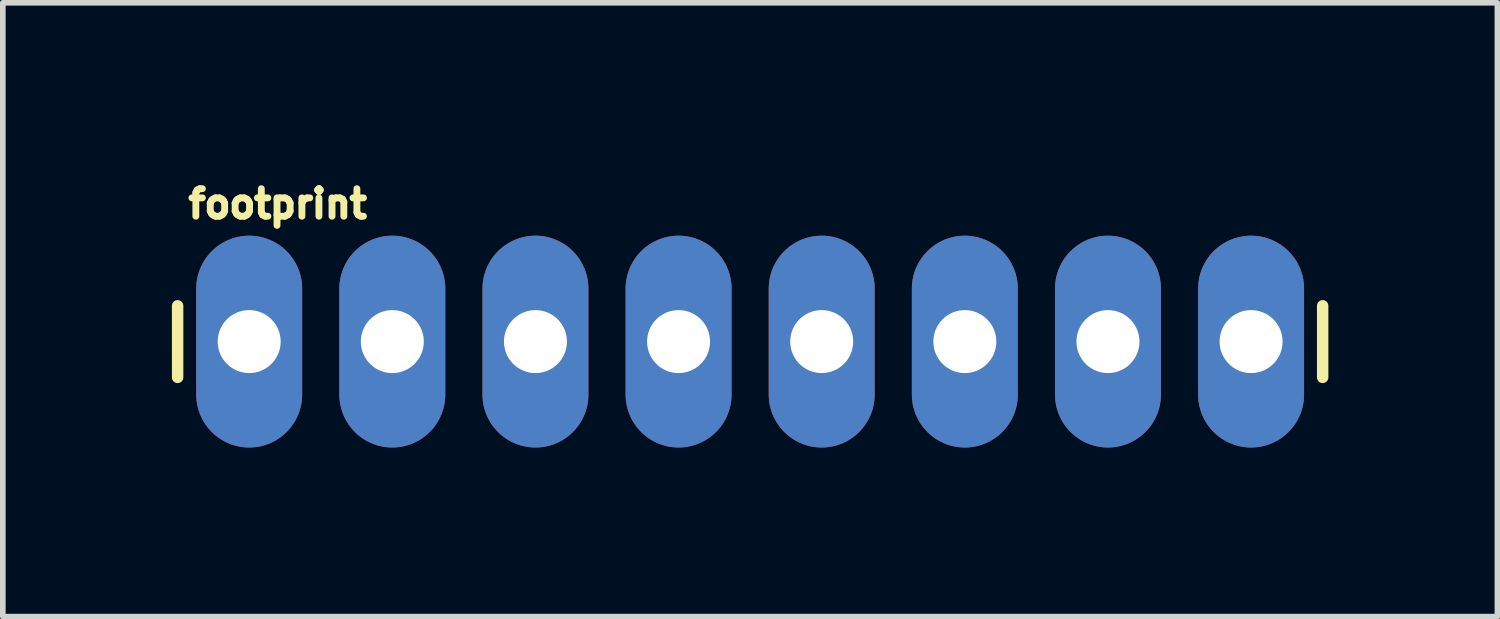
<source format=kicad_pcb>
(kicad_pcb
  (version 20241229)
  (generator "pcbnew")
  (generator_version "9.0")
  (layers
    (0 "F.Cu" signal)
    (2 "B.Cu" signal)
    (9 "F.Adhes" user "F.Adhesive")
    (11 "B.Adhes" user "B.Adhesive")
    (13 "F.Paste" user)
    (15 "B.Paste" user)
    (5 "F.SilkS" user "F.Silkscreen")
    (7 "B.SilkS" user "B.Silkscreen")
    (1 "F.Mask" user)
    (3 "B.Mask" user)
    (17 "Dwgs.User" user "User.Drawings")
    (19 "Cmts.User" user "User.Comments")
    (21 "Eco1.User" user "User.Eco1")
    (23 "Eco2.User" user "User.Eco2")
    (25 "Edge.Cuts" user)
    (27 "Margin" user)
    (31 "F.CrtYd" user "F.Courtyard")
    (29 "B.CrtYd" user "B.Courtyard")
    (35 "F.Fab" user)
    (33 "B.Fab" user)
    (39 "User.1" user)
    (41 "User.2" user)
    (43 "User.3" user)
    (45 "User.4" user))
  (footprint "footprint"
    (layer "F.Cu")
    (at 1.372 3.012)
    (property "Reference" "footprint" (at -1.143 -2.159 0) (layer "F.SilkS") (effects (font (size 0.488 0.488) (thickness 0.122)) (justify left bottom)))
    (fp_line (start -1.27 -0.635) (end -1.27 0.635) (stroke (width 0.203) (type solid)) (layer "F.SilkS"))
    (fp_line (start 19.05 -0.635) (end 19.05 0.635) (stroke (width 0.203) (type solid)) (layer "F.SilkS"))
    (fp_poly (pts (xy -0.254 0.254) (xy 0.254 0.254) (xy 0.254 -0.254) (xy -0.254 -0.254)) (stroke (width 0.1) (type solid)) (fill no) (layer "F.Fab"))
    (fp_poly (pts (xy 2.286 0.254) (xy 2.794 0.254) (xy 2.794 -0.254) (xy 2.286 -0.254)) (stroke (width 0.1) (type solid)) (fill no) (layer "F.Fab"))
    (fp_poly (pts (xy 4.826 0.254) (xy 5.334 0.254) (xy 5.334 -0.254) (xy 4.826 -0.254)) (stroke (width 0.1) (type solid)) (fill no) (layer "F.Fab"))
    (fp_poly (pts (xy 7.366 0.254) (xy 7.874 0.254) (xy 7.874 -0.254) (xy 7.366 -0.254)) (stroke (width 0.1) (type solid)) (fill no) (layer "F.Fab"))
    (fp_poly (pts (xy 9.906 0.254) (xy 10.414 0.254) (xy 10.414 -0.254) (xy 9.906 -0.254)) (stroke (width 0.1) (type solid)) (fill no) (layer "F.Fab"))
    (fp_poly (pts (xy 12.446 0.254) (xy 12.954 0.254) (xy 12.954 -0.254) (xy 12.446 -0.254)) (stroke (width 0.1) (type solid)) (fill no) (layer "F.Fab"))
    (fp_poly (pts (xy 14.986 0.254) (xy 15.494 0.254) (xy 15.494 -0.254) (xy 14.986 -0.254)) (stroke (width 0.1) (type solid)) (fill no) (layer "F.Fab"))
    (fp_poly (pts (xy 17.526 0.254) (xy 18.034 0.254) (xy 18.034 -0.254) (xy 17.526 -0.254)) (stroke (width 0.1) (type solid)) (fill no) (layer "F.Fab"))
    (pad "1" thru_hole oval (at 0 0 90) (size 3.759 1.88) (drill 1.118) (layers "*.Cu" "*.Mask"))
    (pad "2" thru_hole oval (at 2.54 0 90) (size 3.759 1.88) (drill 1.118) (layers "*.Cu" "*.Mask"))
    (pad "3" thru_hole oval (at 5.08 0 90) (size 3.759 1.88) (drill 1.118) (layers "*.Cu" "*.Mask"))
    (pad "4" thru_hole oval (at 7.62 0 90) (size 3.759 1.88) (drill 1.118) (layers "*.Cu" "*.Mask"))
    (pad "5" thru_hole oval (at 10.16 0 90) (size 3.759 1.88) (drill 1.118) (layers "*.Cu" "*.Mask"))
    (pad "6" thru_hole oval (at 12.7 0 90) (size 3.759 1.88) (drill 1.118) (layers "*.Cu" "*.Mask"))
    (pad "7" thru_hole oval (at 15.24 0 90) (size 3.759 1.88) (drill 1.118) (layers "*.Cu" "*.Mask"))
    (pad "8" thru_hole oval (at 17.78 0 90) (size 3.759 1.88) (drill 1.118) (layers "*.Cu" "*.Mask")))
  (gr_rect
    (start -3 -3)
    (end 23.523 7.892)
    (stroke (width 0.1) (type default))
    (fill no)
    (layer "Edge.Cuts")))
</source>
